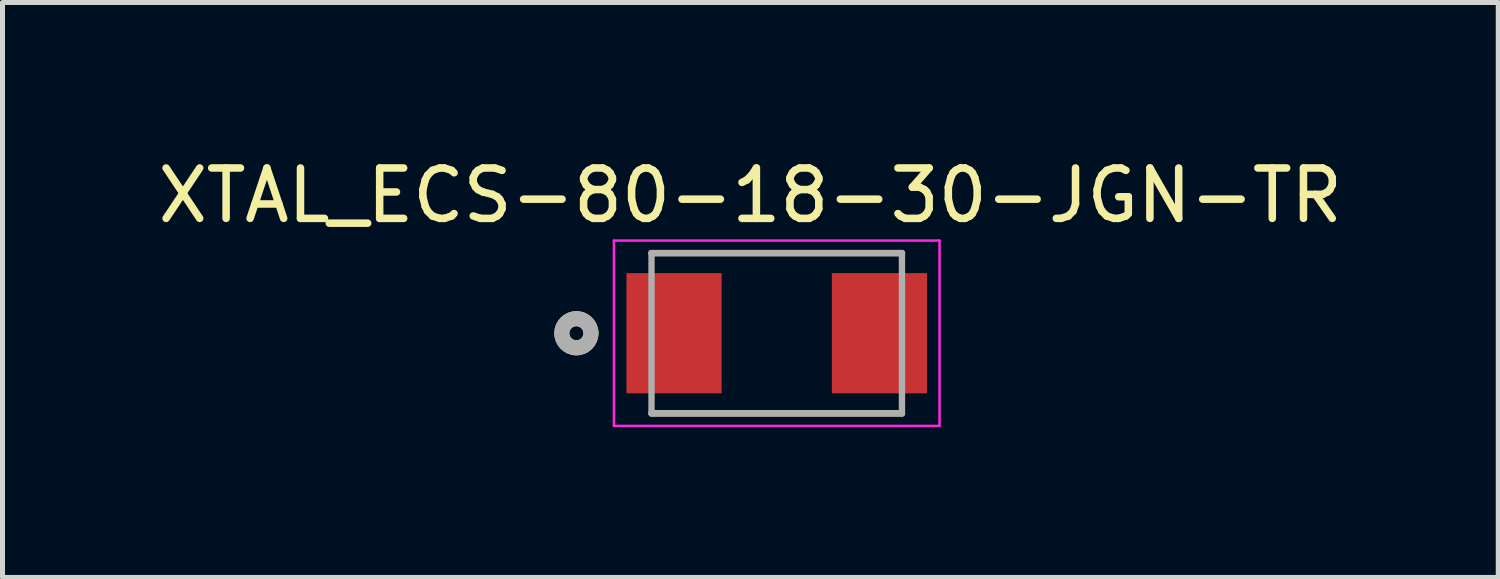
<source format=kicad_pcb>
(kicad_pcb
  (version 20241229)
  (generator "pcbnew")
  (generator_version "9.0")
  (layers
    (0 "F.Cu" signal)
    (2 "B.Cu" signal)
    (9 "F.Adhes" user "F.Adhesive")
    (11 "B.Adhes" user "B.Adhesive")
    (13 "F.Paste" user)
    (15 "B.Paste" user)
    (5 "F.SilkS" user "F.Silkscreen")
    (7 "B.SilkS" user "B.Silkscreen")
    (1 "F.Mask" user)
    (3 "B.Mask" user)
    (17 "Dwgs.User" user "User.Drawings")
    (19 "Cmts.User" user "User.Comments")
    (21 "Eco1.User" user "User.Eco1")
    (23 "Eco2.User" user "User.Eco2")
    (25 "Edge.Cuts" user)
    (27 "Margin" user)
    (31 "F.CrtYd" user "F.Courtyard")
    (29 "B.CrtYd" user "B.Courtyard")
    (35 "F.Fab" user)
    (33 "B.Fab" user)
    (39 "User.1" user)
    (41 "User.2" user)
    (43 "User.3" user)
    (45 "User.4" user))
  (footprint "XTAL_ECS-80-18-30-JGN-TR"
    (layer "F.Cu")
    (at 12.457 3.603)
    (property "Reference" "XTAL_ECS-80-18-30-JGN-TR" (at -0.526 -2.751 0) (layer "F.SilkS") (effects (font (size 1.006 1.006) (thickness 0.15))))
    (attr smd)
    (fp_line (start -2.5 1.6) (end 2.5 1.6) (stroke (width 0.127) (type solid)) (layer "F.SilkS"))
    (fp_line (start 2.5 -1.6) (end -2.5 -1.6) (stroke (width 0.127) (type solid)) (layer "F.SilkS"))
    (fp_circle (center -4 0) (end -3.859 0) (stroke (width 0.3) (type solid)) (fill no) (layer "F.SilkS"))
    (fp_line (start -3.25 -1.85) (end -3.25 1.85) (stroke (width 0.05) (type solid)) (layer "F.CrtYd"))
    (fp_line (start -3.25 1.85) (end 3.25 1.85) (stroke (width 0.05) (type solid)) (layer "F.CrtYd"))
    (fp_line (start 3.25 -1.85) (end -3.25 -1.85) (stroke (width 0.05) (type solid)) (layer "F.CrtYd"))
    (fp_line (start 3.25 1.85) (end 3.25 -1.85) (stroke (width 0.05) (type solid)) (layer "F.CrtYd"))
    (fp_line (start -2.5 -1.6) (end -2.5 1.6) (stroke (width 0.127) (type solid)) (layer "F.Fab"))
    (fp_line (start -2.5 1.6) (end 2.5 1.6) (stroke (width 0.127) (type solid)) (layer "F.Fab"))
    (fp_line (start 2.5 -1.6) (end -2.5 -1.6) (stroke (width 0.127) (type solid)) (layer "F.Fab"))
    (fp_line (start 2.5 1.6) (end 2.5 -1.6) (stroke (width 0.127) (type solid)) (layer "F.Fab"))
    (fp_circle (center -4 0) (end -3.859 0) (stroke (width 0.3) (type solid)) (fill no) (layer "F.Fab"))
    (pad "1" smd rect (at -2.05 0) (size 1.9 2.4) (layers "F.Cu" "F.Mask" "F.Paste"))
    (pad "2" smd rect (at 2.05 0) (size 1.9 2.4) (layers "F.Cu" "F.Mask" "F.Paste")))
  (gr_rect
    (start -3 -3)
    (end 26.862 8.478)
    (stroke (width 0.1) (type default))
    (fill no)
    (layer "Edge.Cuts")))
</source>
